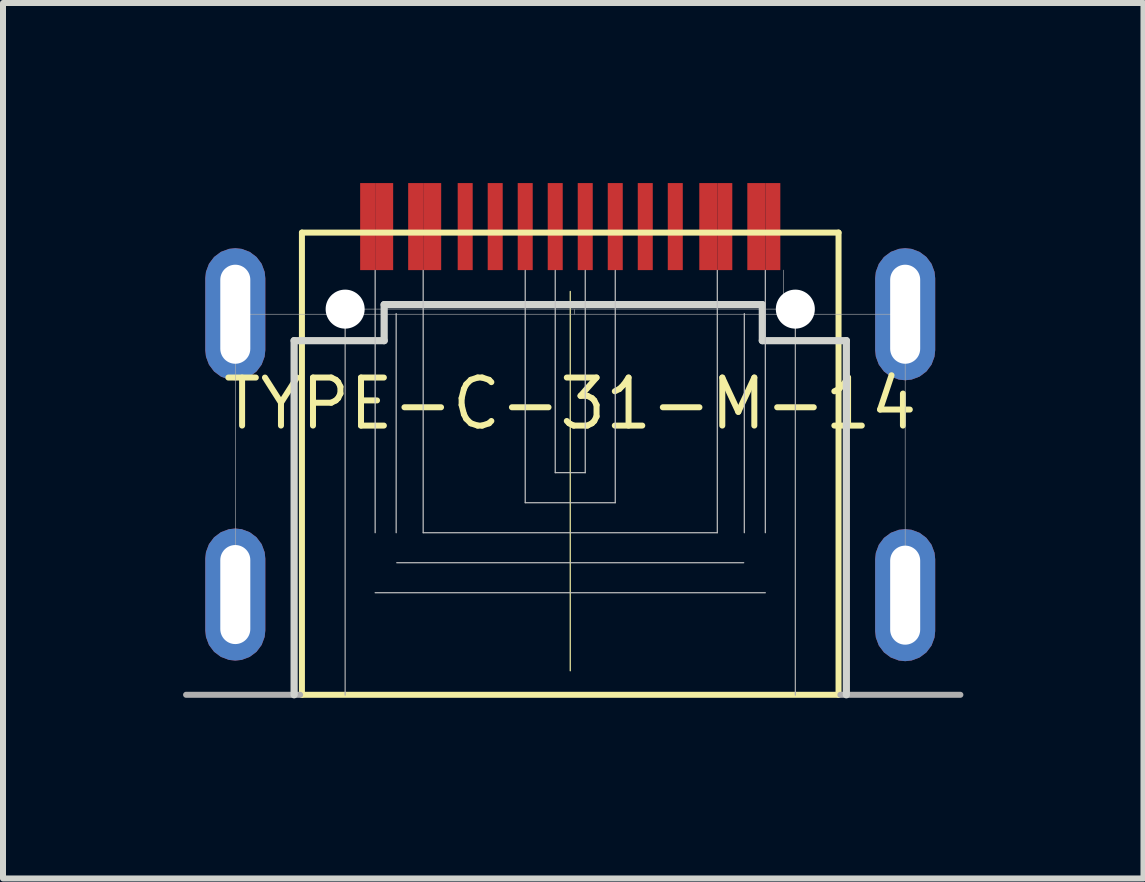
<source format=kicad_pcb>
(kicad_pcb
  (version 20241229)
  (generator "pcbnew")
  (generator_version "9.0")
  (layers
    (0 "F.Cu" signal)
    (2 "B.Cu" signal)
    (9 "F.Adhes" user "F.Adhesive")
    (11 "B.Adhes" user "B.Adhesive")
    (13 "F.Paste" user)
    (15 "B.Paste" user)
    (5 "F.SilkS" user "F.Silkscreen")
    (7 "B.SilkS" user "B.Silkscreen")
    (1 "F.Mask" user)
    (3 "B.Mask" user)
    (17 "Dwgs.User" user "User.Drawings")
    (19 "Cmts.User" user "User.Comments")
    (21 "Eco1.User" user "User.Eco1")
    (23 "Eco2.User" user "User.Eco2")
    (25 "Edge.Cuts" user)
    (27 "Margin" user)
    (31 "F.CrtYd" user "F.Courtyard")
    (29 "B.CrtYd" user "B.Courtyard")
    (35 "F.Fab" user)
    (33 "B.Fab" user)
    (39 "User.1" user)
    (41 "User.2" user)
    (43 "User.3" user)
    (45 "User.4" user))
  (footprint "TYPE-C-31-M-14"
    (layer "F.Cu")
    (at 6.45 5.825)
    (property "Reference" "TYPE-C-31-M-14" (at 0 -2.15 180) (layer "F.SilkS") (effects (font (size 0.8 0.8) (thickness 0.1))))
    (attr smd)
    (fp_line (start -4.47 -5) (end -4.47 2.7) (stroke (width 0.1) (type solid)) (layer "F.SilkS"))
    (fp_line (start 0 -4.02) (end 0 2.3) (stroke (width 0.02) (type solid)) (layer "F.SilkS"))
    (fp_line (start 4.47 -5) (end -4.47 -5) (stroke (width 0.1) (type solid)) (layer "F.SilkS"))
    (fp_line (start 4.47 -5) (end 4.47 2.7) (stroke (width 0.1) (type solid)) (layer "F.SilkS"))
    (fp_line (start 4.47 2.7) (end -4.47 2.7) (stroke (width 0.1) (type solid)) (layer "F.SilkS"))
    (fp_line (start -3.25 -4.37) (end -3.25 0) (stroke (width 0.02) (type solid)) (layer "Dwgs.User"))
    (fp_line (start -3.25 1) (end 3.25 1) (stroke (width 0.02) (type solid)) (layer "Dwgs.User"))
    (fp_line (start -2.9 -3.65) (end -2.9 0) (stroke (width 0.02) (type solid)) (layer "Dwgs.User"))
    (fp_line (start -2.89 0.5) (end 2.89 0.5) (stroke (width 0.02) (type solid)) (layer "Dwgs.User"))
    (fp_line (start -2.45 -4.37) (end -2.45 0) (stroke (width 0.02) (type solid)) (layer "Dwgs.User"))
    (fp_line (start -2.45 0) (end 2.45 0) (stroke (width 0.02) (type solid)) (layer "Dwgs.User"))
    (fp_line (start -0.75 -4.37) (end -0.75 -0.5) (stroke (width 0.02) (type solid)) (layer "Dwgs.User"))
    (fp_line (start -0.75 -0.5) (end 0.75 -0.5) (stroke (width 0.02) (type solid)) (layer "Dwgs.User"))
    (fp_line (start -0.25 -4.37) (end -0.25 -1) (stroke (width 0.02) (type solid)) (layer "Dwgs.User"))
    (fp_line (start -0.25 -1) (end 0.25 -1) (stroke (width 0.02) (type solid)) (layer "Dwgs.User"))
    (fp_line (start 0.25 -4.37) (end 0.25 -1) (stroke (width 0.02) (type solid)) (layer "Dwgs.User"))
    (fp_line (start 0.75 -4.37) (end 0.75 -0.5) (stroke (width 0.02) (type solid)) (layer "Dwgs.User"))
    (fp_line (start 2.45 -4.37) (end 2.45 0) (stroke (width 0.02) (type solid)) (layer "Dwgs.User"))
    (fp_line (start 2.9 -3.65) (end 2.9 0) (stroke (width 0.02) (type solid)) (layer "Dwgs.User"))
    (fp_line (start 3.25 -4.37) (end 3.25 0) (stroke (width 0.02) (type solid)) (layer "Dwgs.User"))
    (fp_line (start -4.6 -3.2) (end -4.6 2.7) (stroke (width 0.12) (type solid)) (layer "Edge.Cuts"))
    (fp_line (start -3.1 -3.8) (end -3.1 -3.2) (stroke (width 0.12) (type solid)) (layer "Edge.Cuts"))
    (fp_line (start -3.1 -3.2) (end -4.6 -3.2) (stroke (width 0.12) (type solid)) (layer "Edge.Cuts"))
    (fp_line (start 3.2 -3.8) (end -3.1 -3.8) (stroke (width 0.12) (type solid)) (layer "Edge.Cuts"))
    (fp_line (start 3.2 -3.2) (end 3.2 -3.8) (stroke (width 0.12) (type solid)) (layer "Edge.Cuts"))
    (fp_line (start 4.6 -3.2) (end 3.2 -3.2) (stroke (width 0.12) (type solid)) (layer "Edge.Cuts"))
    (fp_line (start 4.6 2.7) (end 4.6 -3.2) (stroke (width 0.12) (type solid)) (layer "Edge.Cuts"))
    (fp_line (start -5.58 -3.64) (end -5.58 1.04) (stroke (width 0.01) (type solid)) (layer "F.Fab"))
    (fp_line (start -5.575 -3.64) (end 0 -3.64) (stroke (width 0.01) (type solid)) (layer "F.Fab"))
    (fp_line (start -4.5 2.7) (end -6.4 2.7) (stroke (width 0.1) (type solid)) (layer "F.Fab"))
    (fp_line (start -3.75 -3.725) (end -3.75 2.705) (stroke (width 0.02) (type solid)) (layer "F.Fab"))
    (fp_line (start -3.75 -3.725) (end 0 -3.725) (stroke (width 0.01) (type solid)) (layer "F.Fab"))
    (fp_line (start 0 -3.725) (end 3.75 -3.725) (stroke (width 0.01) (type solid)) (layer "F.Fab"))
    (fp_line (start 0 -3.64) (end 5.575 -3.64) (stroke (width 0.01) (type solid)) (layer "F.Fab"))
    (fp_line (start 0.07 -3.72) (end 0.07 -3.64) (stroke (width 0.01) (type solid)) (layer "F.Fab"))
    (fp_line (start 3.55 -4.375) (end 3.55 -3.725) (stroke (width 0.01) (type solid)) (layer "F.Fab"))
    (fp_line (start 3.75 -3.725) (end 3.75 2.705) (stroke (width 0.02) (type solid)) (layer "F.Fab"))
    (fp_line (start 4.5 2.7) (end 6.5 2.7) (stroke (width 0.1) (type solid)) (layer "F.Fab"))
    (fp_line (start 5.58 -3.64) (end 5.58 1.04) (stroke (width 0.01) (type solid)) (layer "F.Fab"))
    (pad "" np_thru_hole circle (at -3.75 -3.725) (size 0.65 0.65) (drill 0.65) (layers "*.Cu" "*.Mask"))
    (pad "" np_thru_hole circle (at 3.75 -3.725) (size 0.65 0.65) (drill 0.65) (layers "*.Cu" "*.Mask"))
    (pad "A1" smd rect (at -3.375 -5.1) (size 0.25 1.45) (layers "F.Cu" "F.Mask" "F.Paste"))
    (pad "A4" smd rect (at -2.575 -5.1) (size 0.25 1.45) (layers "F.Cu" "F.Mask" "F.Paste"))
    (pad "A5" smd rect (at -1.25 -5.1) (size 0.25 1.45) (layers "F.Cu" "F.Mask" "F.Paste"))
    (pad "A6" smd rect (at -0.25 -5.1) (size 0.25 1.45) (layers "F.Cu" "F.Mask" "F.Paste"))
    (pad "A7" smd rect (at 0.25 -5.1) (size 0.25 1.45) (layers "F.Cu" "F.Mask" "F.Paste"))
    (pad "A8" smd rect (at 1.25 -5.1) (size 0.25 1.45) (layers "F.Cu" "F.Mask" "F.Paste"))
    (pad "A9" smd rect (at 2.575 -5.1) (size 0.25 1.45) (layers "F.Cu" "F.Mask" "F.Paste"))
    (pad "A12" smd rect (at 3.375 -5.1) (size 0.25 1.45) (layers "F.Cu" "F.Mask" "F.Paste"))
    (pad "B1" smd rect (at 3.1 -5.1) (size 0.3 1.45) (layers "F.Cu" "F.Mask" "F.Paste"))
    (pad "B4" smd rect (at 2.3 -5.1) (size 0.3 1.45) (layers "F.Cu" "F.Mask" "F.Paste"))
    (pad "B5" smd rect (at 1.75 -5.1) (size 0.25 1.45) (layers "F.Cu" "F.Mask" "F.Paste"))
    (pad "B6" smd rect (at 0.75 -5.1) (size 0.25 1.45) (layers "F.Cu" "F.Mask" "F.Paste"))
    (pad "B7" smd rect (at -0.75 -5.1) (size 0.25 1.45) (layers "F.Cu" "F.Mask" "F.Paste"))
    (pad "B8" smd rect (at -1.75 -5.1) (size 0.25 1.45) (layers "F.Cu" "F.Mask" "F.Paste"))
    (pad "B9" smd rect (at -2.3 -5.1) (size 0.3 1.45) (layers "F.Cu" "F.Mask" "F.Paste"))
    (pad "B12" smd rect (at -3.1 -5.1) (size 0.3 1.45) (layers "F.Cu" "F.Mask" "F.Paste"))
    (pad "S1" thru_hole roundrect (at -5.58 -3.64) (size 1 2.2) (drill oval 0.5 1.65) (layers "*.Cu" "*.Mask") (roundrect_rratio 0.5))
    (pad "S1" thru_hole roundrect (at -5.58 1.03) (size 1 2.2) (drill oval 0.5 1.65) (layers "*.Cu" "*.Mask") (roundrect_rratio 0.5))
    (pad "S1" thru_hole roundrect (at 5.58 -3.64) (size 1 2.2) (drill oval 0.5 1.65) (layers "*.Cu" "*.Mask") (roundrect_rratio 0.5))
    (pad "S1" thru_hole roundrect (at 5.58 1.04) (size 1 2.2) (drill oval 0.5 1.65) (layers "*.Cu" "*.Mask") (roundrect_rratio 0.5)))
  (gr_rect
    (start -3 -3)
    (end 16 11.585)
    (stroke (width 0.1) (type default))
    (fill no)
    (layer "Edge.Cuts")))
</source>
